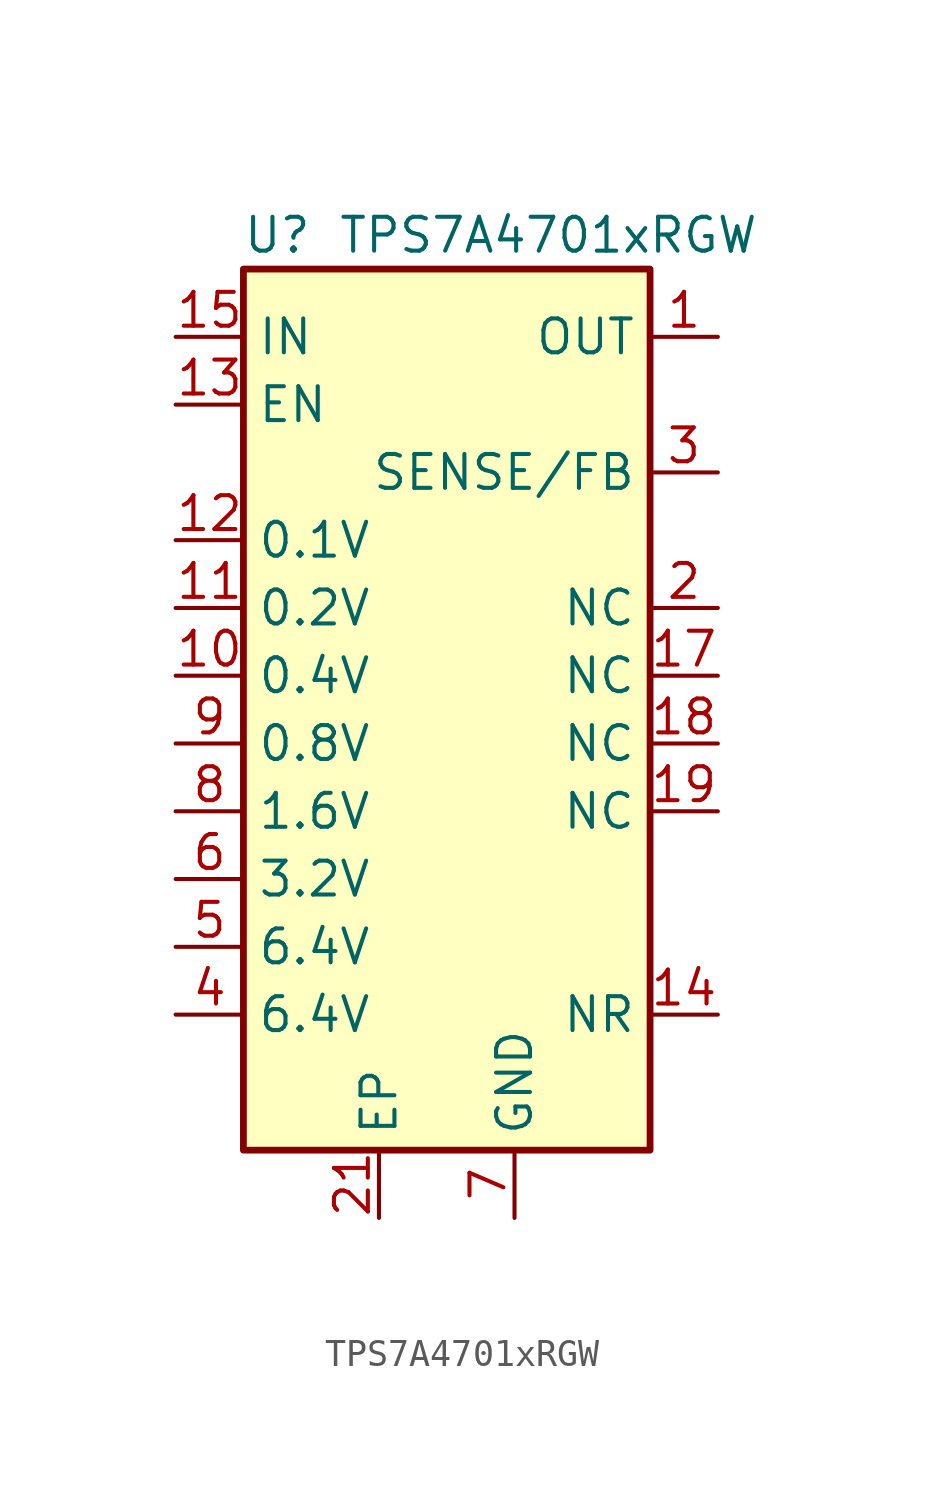
<source format=kicad_sym>
(kicad_symbol_lib
  (version 20231120)
  (generator "kicad_symbol_editor")
  (generator_version "8.0")
  (symbol "TPS7A4701xRGW"
    (property "Reference" "U"
      (at -6.35 19.05 0)
      (effects (font (size 1.27 1.27))))
    (property "Value" "TPS7A4701xRGW"
      (at 3.81 19.05 0)
      (effects (font (size 1.27 1.27))))
    (symbol "TPS7A4701xRGW_0_1"
      (rectangle (start -7.62 17.78) (end 7.62 -15.24) (stroke (width 0.254) (type default)) (fill (type background))))
    (symbol "TPS7A4701xRGW_1_1"
      (pin power_out line (at 10.16 15.24 180) (length 2.54) (name "OUT" (effects (font (size 1.27 1.27)))) (number "1" (effects (font (size 1.27 1.27)))))
      (pin input line (at -10.16 2.54 0) (length 2.54) (name "0.4V" (effects (font (size 1.27 1.27)))) (number "10" (effects (font (size 1.27 1.27)))))
      (pin input line (at -10.16 5.08 0) (length 2.54) (name "0.2V" (effects (font (size 1.27 1.27)))) (number "11" (effects (font (size 1.27 1.27)))))
      (pin input line (at -10.16 7.62 0) (length 2.54) (name "0.1V" (effects (font (size 1.27 1.27)))) (number "12" (effects (font (size 1.27 1.27)))))
      (pin input line (at -10.16 12.7 0) (length 2.54) (name "EN" (effects (font (size 1.27 1.27)))) (number "13" (effects (font (size 1.27 1.27)))))
      (pin passive line (at 10.16 -10.16 180) (length 2.54) (name "NR" (effects (font (size 1.27 1.27)))) (number "14" (effects (font (size 1.27 1.27)))))
      (pin power_in line (at -10.16 15.24 0) (length 2.54) (name "IN" (effects (font (size 1.27 1.27)))) (number "15" (effects (font (size 1.27 1.27)))))
      (pin passive line (at -10.16 15.24 0) (length 2.54) hide (name "IN" (effects (font (size 1.27 1.27)))) (number "16" (effects (font (size 1.27 1.27)))))
      (pin passive line (at 10.16 2.54 180) (length 2.54) (name "NC" (effects (font (size 1.27 1.27)))) (number "17" (effects (font (size 1.27 1.27)))))
      (pin passive line (at 10.16 0 180) (length 2.54) (name "NC" (effects (font (size 1.27 1.27)))) (number "18" (effects (font (size 1.27 1.27)))))
      (pin passive line (at 10.16 -2.54 180) (length 2.54) (name "NC" (effects (font (size 1.27 1.27)))) (number "19" (effects (font (size 1.27 1.27)))))
      (pin passive line (at 10.16 5.08 180) (length 2.54) (name "NC" (effects (font (size 1.27 1.27)))) (number "2" (effects (font (size 1.27 1.27)))))
      (pin power_out line (at 10.16 15.24 180) (length 2.54) hide (name "OUT" (effects (font (size 1.27 1.27)))) (number "20" (effects (font (size 1.27 1.27)))))
      (pin passive line (at -2.54 -17.78 90) (length 2.54) (name "EP" (effects (font (size 1.27 1.27)))) (number "21" (effects (font (size 1.27 1.27)))))
      (pin input line (at 10.16 10.16 180) (length 2.54) (name "SENSE/FB" (effects (font (size 1.27 1.27)))) (number "3" (effects (font (size 1.27 1.27)))))
      (pin input line (at -10.16 -10.16 0) (length 2.54) (name "6.4V" (effects (font (size 1.27 1.27)))) (number "4" (effects (font (size 1.27 1.27)))))
      (pin input line (at -10.16 -7.62 0) (length 2.54) (name "6.4V" (effects (font (size 1.27 1.27)))) (number "5" (effects (font (size 1.27 1.27)))))
      (pin input line (at -10.16 -5.08 0) (length 2.54) (name "3.2V" (effects (font (size 1.27 1.27)))) (number "6" (effects (font (size 1.27 1.27)))))
      (pin power_in line (at 2.54 -17.78 90) (length 2.54) (name "GND" (effects (font (size 1.27 1.27)))) (number "7" (effects (font (size 1.27 1.27)))))
      (pin input line (at -10.16 -2.54 0) (length 2.54) (name "1.6V" (effects (font (size 1.27 1.27)))) (number "8" (effects (font (size 1.27 1.27)))))
      (pin input line (at -10.16 0 0) (length 2.54) (name "0.8V" (effects (font (size 1.27 1.27)))) (number "9" (effects (font (size 1.27 1.27))))))))
</source>
